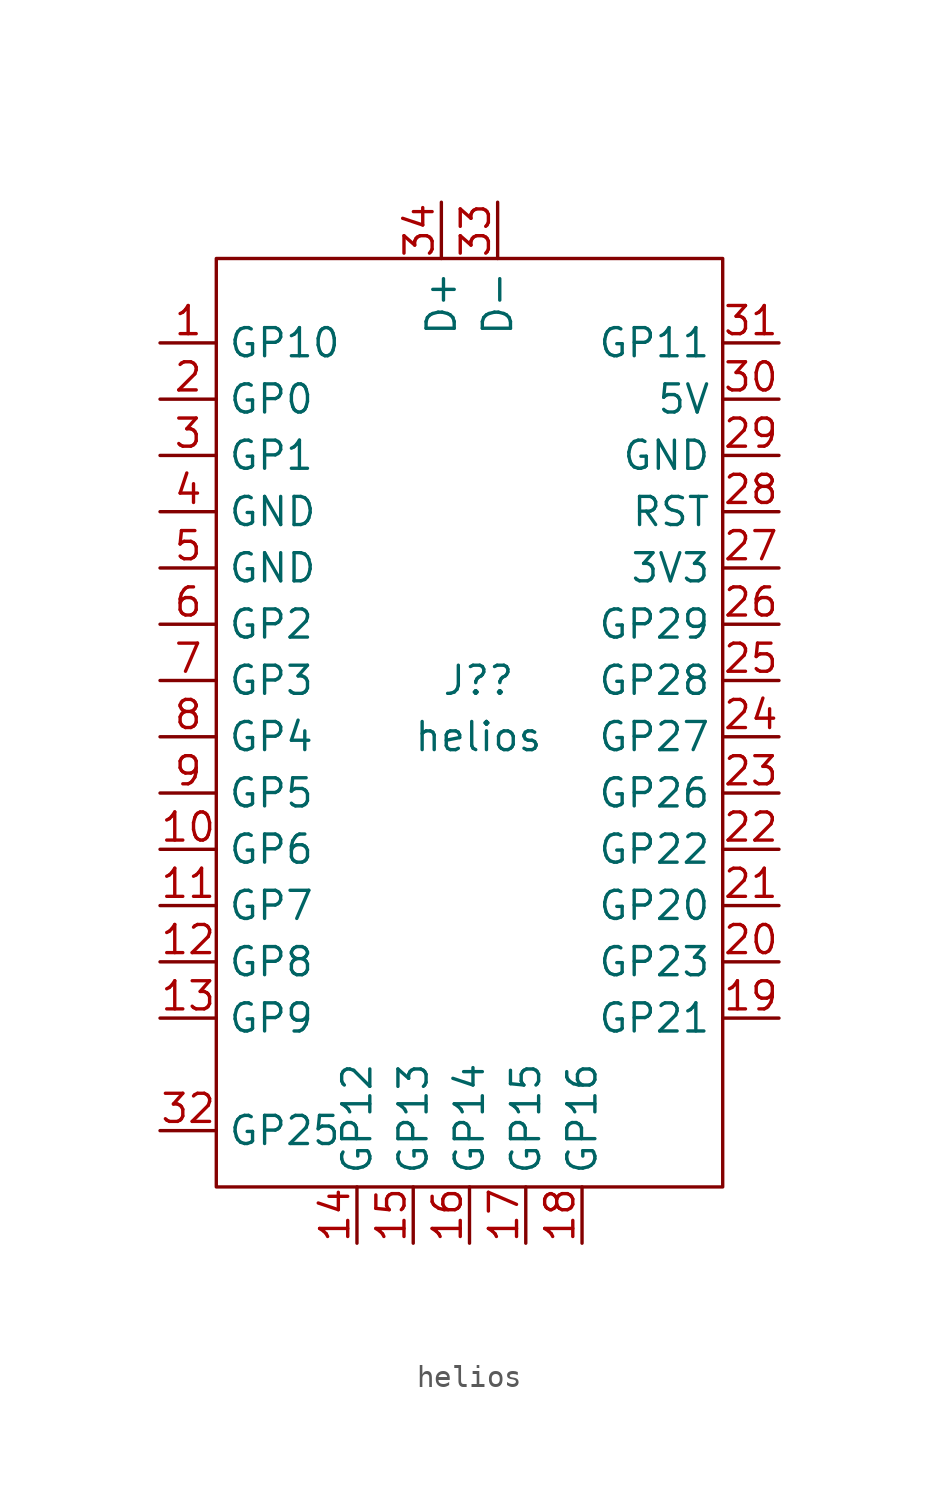
<source format=kicad_sym>
(kicad_symbol_lib
  (version 20220914)
  (generator kicad_symbol_editor)
  (symbol "helios"
    (property "Reference" "J?"
      (at -1.27 0 0)
      (effects (font (size 1.27 1.27)) (justify left)))
    (property "Value" "helios"
      (at -2.54 -2.54 0)
      (effects (font (size 1.27 1.27)) (justify left)))
    (symbol "helios_0_1"
      (rectangle (start -11.43 19.05) (end 11.43 -22.86) (stroke (width 0.152) (type default)) (fill (type none))))
    (symbol "helios_1_1"
      (pin bidirectional line (at -13.97 15.24 0) (length 2.54) (name "GP10" (effects (font (size 1.27 1.27)))) (number "1" (effects (font (size 1.27 1.27)))))
      (pin bidirectional line (at -13.97 -7.62 0) (length 2.54) (name "GP6" (effects (font (size 1.27 1.27)))) (number "10" (effects (font (size 1.27 1.27)))))
      (pin bidirectional line (at -13.97 -10.16 0) (length 2.54) (name "GP7" (effects (font (size 1.27 1.27)))) (number "11" (effects (font (size 1.27 1.27)))))
      (pin bidirectional line (at -13.97 -12.7 0) (length 2.54) (name "GP8" (effects (font (size 1.27 1.27)))) (number "12" (effects (font (size 1.27 1.27)))))
      (pin bidirectional line (at -13.97 -15.24 0) (length 2.54) (name "GP9" (effects (font (size 1.27 1.27)))) (number "13" (effects (font (size 1.27 1.27)))))
      (pin bidirectional line (at -5.08 -25.4 90) (length 2.54) (name "GP12" (effects (font (size 1.27 1.27)))) (number "14" (effects (font (size 1.27 1.27)))))
      (pin bidirectional line (at -2.54 -25.4 90) (length 2.54) (name "GP13" (effects (font (size 1.27 1.27)))) (number "15" (effects (font (size 1.27 1.27)))))
      (pin bidirectional line (at 0 -25.4 90) (length 2.54) (name "GP14" (effects (font (size 1.27 1.27)))) (number "16" (effects (font (size 1.27 1.27)))))
      (pin bidirectional line (at 2.54 -25.4 90) (length 2.54) (name "GP15" (effects (font (size 1.27 1.27)))) (number "17" (effects (font (size 1.27 1.27)))))
      (pin bidirectional line (at 5.08 -25.4 90) (length 2.54) (name "GP16" (effects (font (size 1.27 1.27)))) (number "18" (effects (font (size 1.27 1.27)))))
      (pin bidirectional line (at 13.97 -15.24 180) (length 2.54) (name "GP21" (effects (font (size 1.27 1.27)))) (number "19" (effects (font (size 1.27 1.27)))))
      (pin bidirectional line (at -13.97 12.7 0) (length 2.54) (name "GP0" (effects (font (size 1.27 1.27)))) (number "2" (effects (font (size 1.27 1.27)))))
      (pin bidirectional line (at 13.97 -12.7 180) (length 2.54) (name "GP23" (effects (font (size 1.27 1.27)))) (number "20" (effects (font (size 1.27 1.27)))))
      (pin bidirectional line (at 13.97 -10.16 180) (length 2.54) (name "GP20" (effects (font (size 1.27 1.27)))) (number "21" (effects (font (size 1.27 1.27)))))
      (pin bidirectional line (at 13.97 -7.62 180) (length 2.54) (name "GP22" (effects (font (size 1.27 1.27)))) (number "22" (effects (font (size 1.27 1.27)))))
      (pin bidirectional line (at 13.97 -5.08 180) (length 2.54) (name "GP26" (effects (font (size 1.27 1.27)))) (number "23" (effects (font (size 1.27 1.27)))))
      (pin bidirectional line (at 13.97 -2.54 180) (length 2.54) (name "GP27" (effects (font (size 1.27 1.27)))) (number "24" (effects (font (size 1.27 1.27)))))
      (pin bidirectional line (at 13.97 0 180) (length 2.54) (name "GP28" (effects (font (size 1.27 1.27)))) (number "25" (effects (font (size 1.27 1.27)))))
      (pin bidirectional line (at 13.97 2.54 180) (length 2.54) (name "GP29" (effects (font (size 1.27 1.27)))) (number "26" (effects (font (size 1.27 1.27)))))
      (pin power_in line (at 13.97 5.08 180) (length 2.54) (name "3V3" (effects (font (size 1.27 1.27)))) (number "27" (effects (font (size 1.27 1.27)))))
      (pin bidirectional line (at 13.97 7.62 180) (length 2.54) (name "RST" (effects (font (size 1.27 1.27)))) (number "28" (effects (font (size 1.27 1.27)))))
      (pin power_in line (at 13.97 10.16 180) (length 2.54) (name "GND" (effects (font (size 1.27 1.27)))) (number "29" (effects (font (size 1.27 1.27)))))
      (pin bidirectional line (at -13.97 10.16 0) (length 2.54) (name "GP1" (effects (font (size 1.27 1.27)))) (number "3" (effects (font (size 1.27 1.27)))))
      (pin power_in line (at 13.97 12.7 180) (length 2.54) (name "5V" (effects (font (size 1.27 1.27)))) (number "30" (effects (font (size 1.27 1.27)))))
      (pin bidirectional line (at 13.97 15.24 180) (length 2.54) (name "GP11" (effects (font (size 1.27 1.27)))) (number "31" (effects (font (size 1.27 1.27)))))
      (pin output line (at -13.97 -20.32 0) (length 2.54) (name "GP25" (effects (font (size 1.27 1.27)))) (number "32" (effects (font (size 1.27 1.27)))))
      (pin bidirectional line (at 1.27 21.59 270) (length 2.54) (name "D-" (effects (font (size 1.27 1.27)))) (number "33" (effects (font (size 1.27 1.27)))))
      (pin bidirectional line (at -1.27 21.59 270) (length 2.54) (name "D+" (effects (font (size 1.27 1.27)))) (number "34" (effects (font (size 1.27 1.27)))))
      (pin power_in line (at -13.97 7.62 0) (length 2.54) (name "GND" (effects (font (size 1.27 1.27)))) (number "4" (effects (font (size 1.27 1.27)))))
      (pin power_in line (at -13.97 5.08 0) (length 2.54) (name "GND" (effects (font (size 1.27 1.27)))) (number "5" (effects (font (size 1.27 1.27)))))
      (pin bidirectional line (at -13.97 2.54 0) (length 2.54) (name "GP2" (effects (font (size 1.27 1.27)))) (number "6" (effects (font (size 1.27 1.27)))))
      (pin bidirectional line (at -13.97 0 0) (length 2.54) (name "GP3" (effects (font (size 1.27 1.27)))) (number "7" (effects (font (size 1.27 1.27)))))
      (pin bidirectional line (at -13.97 -2.54 0) (length 2.54) (name "GP4" (effects (font (size 1.27 1.27)))) (number "8" (effects (font (size 1.27 1.27)))))
      (pin bidirectional line (at -13.97 -5.08 0) (length 2.54) (name "GP5" (effects (font (size 1.27 1.27)))) (number "9" (effects (font (size 1.27 1.27))))))))
</source>
